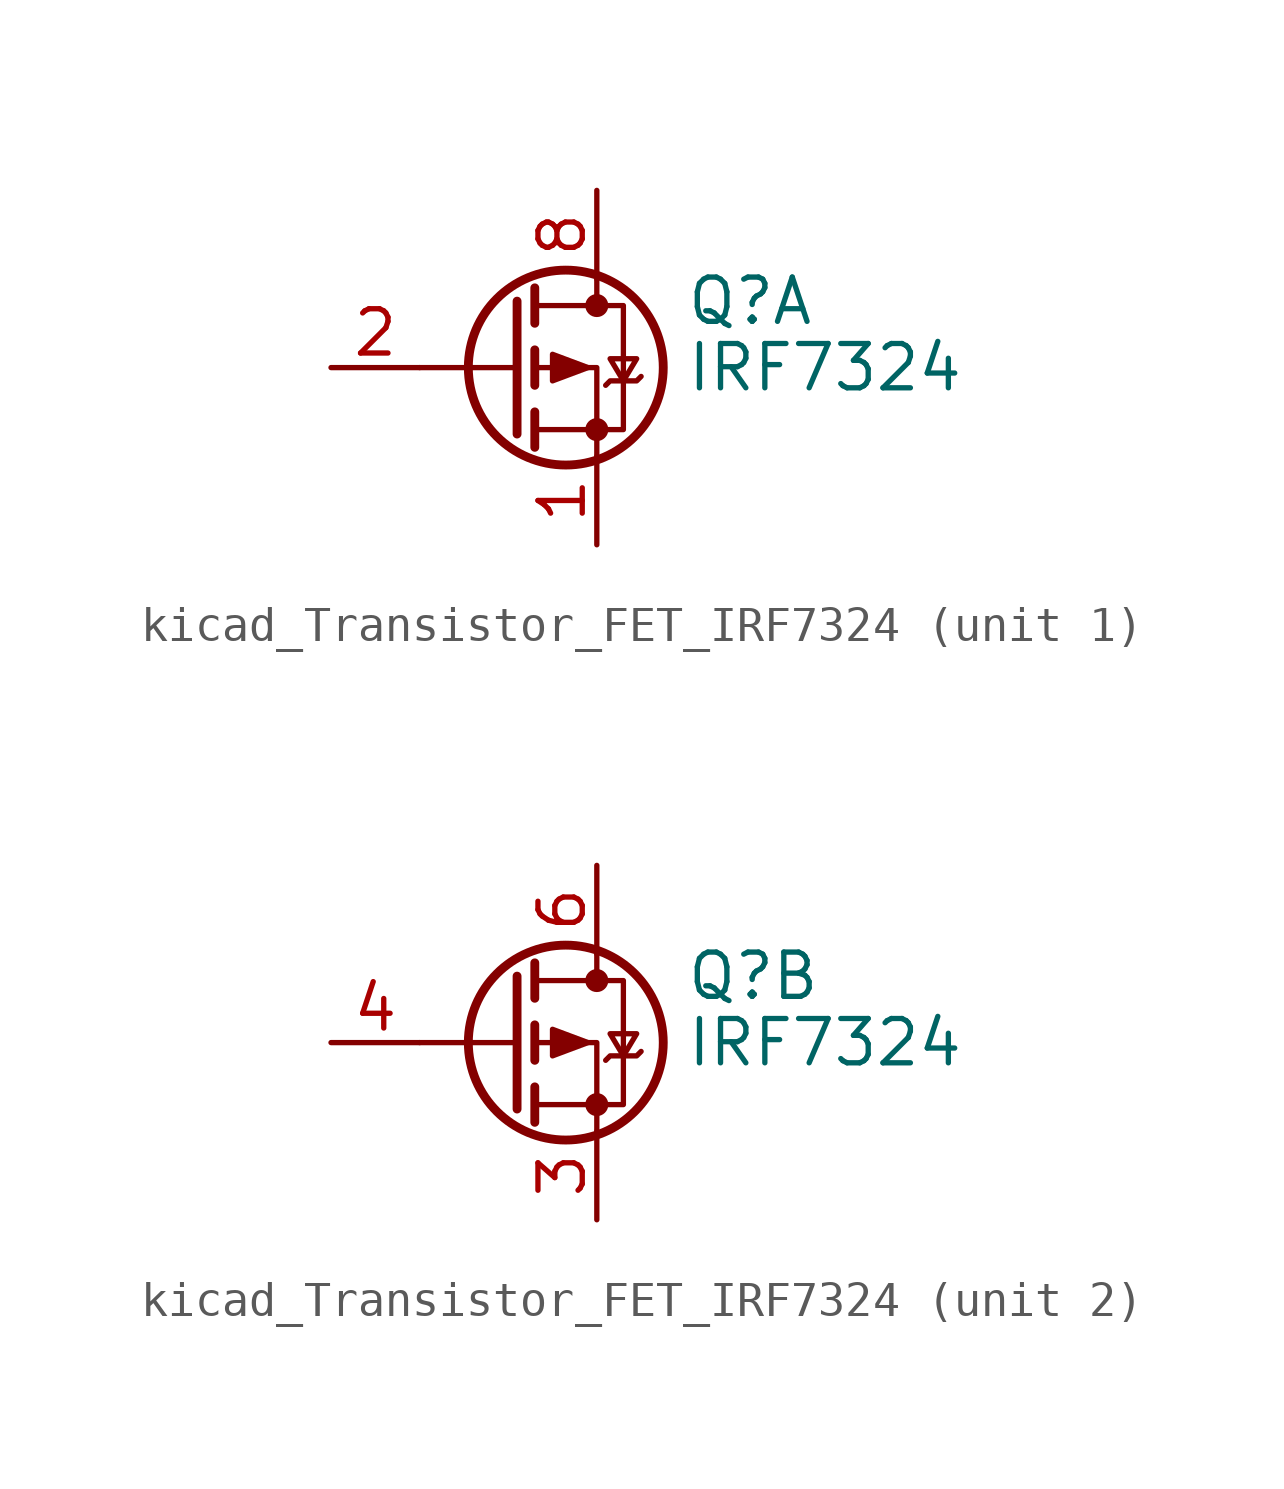
<source format=kicad_sym>
(kicad_symbol_lib
  (version 20220914)
  (generator kicad_symbol_editor)
  (symbol "kicad_Transistor_FET_IRF7324"
    (pin_names hide)
    (property "Reference" "Q"
      (at 5.08 1.905 0)
      (effects (font (size 1.27 1.27)) (justify left)))
    (property "Value" "IRF7324"
      (at 5.08 0 0)
      (effects (font (size 1.27 1.27)) (justify left)))
    (symbol "kicad_Transistor_FET_IRF7324_0_1"
      (polyline (pts (xy 0.254 0) (xy -2.54 0)) (stroke (width 0) (type default)) (fill (type none)))
      (polyline (pts (xy 0.254 1.905) (xy 0.254 -1.905)) (stroke (width 0.254) (type default)) (fill (type none)))
      (polyline (pts (xy 0.762 -1.27) (xy 0.762 -2.286)) (stroke (width 0.254) (type default)) (fill (type none)))
      (polyline (pts (xy 0.762 0.508) (xy 0.762 -0.508)) (stroke (width 0.254) (type default)) (fill (type none)))
      (polyline (pts (xy 0.762 2.286) (xy 0.762 1.27)) (stroke (width 0.254) (type default)) (fill (type none)))
      (polyline (pts (xy 2.54 2.54) (xy 2.54 1.778)) (stroke (width 0) (type default)) (fill (type none)))
      (polyline (pts (xy 2.54 -2.54) (xy 2.54 0) (xy 0.762 0)) (stroke (width 0) (type default)) (fill (type none)))
      (polyline (pts (xy 0.762 1.778) (xy 3.302 1.778) (xy 3.302 -1.778) (xy 0.762 -1.778)) (stroke (width 0) (type default)) (fill (type none)))
      (polyline (pts (xy 2.286 0) (xy 1.27 0.381) (xy 1.27 -0.381) (xy 2.286 0)) (stroke (width 0) (type default)) (fill (type outline)))
      (polyline (pts (xy 2.794 -0.508) (xy 2.921 -0.381) (xy 3.683 -0.381) (xy 3.81 -0.254)) (stroke (width 0) (type default)) (fill (type none)))
      (polyline (pts (xy 3.302 -0.381) (xy 2.921 0.254) (xy 3.683 0.254) (xy 3.302 -0.381)) (stroke (width 0) (type default)) (fill (type none)))
      (circle (center 1.651 0) (radius 2.794) (stroke (width 0.254) (type default)) (fill (type none)))
      (circle (center 2.54 -1.778) (radius 0.254) (stroke (width 0) (type default)) (fill (type outline)))
      (circle (center 2.54 1.778) (radius 0.254) (stroke (width 0) (type default)) (fill (type outline))))
    (symbol "kicad_Transistor_FET_IRF7324_1_1"
      (pin passive line (at 2.54 -5.08 90) (length 2.54) (name "S1" (effects (font (size 1.27 1.27)))) (number "1" (effects (font (size 1.27 1.27)))))
      (pin input line (at -5.08 0 0) (length 2.54) (name "G1" (effects (font (size 1.27 1.27)))) (number "2" (effects (font (size 1.27 1.27)))))
      (pin passive line (at 2.54 5.08 270) (length 2.54) hide (name "D1" (effects (font (size 1.27 1.27)))) (number "7" (effects (font (size 1.27 1.27)))))
      (pin passive line (at 2.54 5.08 270) (length 2.54) (name "D1" (effects (font (size 1.27 1.27)))) (number "8" (effects (font (size 1.27 1.27))))))
    (symbol "kicad_Transistor_FET_IRF7324_2_1"
      (pin passive line (at 2.54 -5.08 90) (length 2.54) (name "S2" (effects (font (size 1.27 1.27)))) (number "3" (effects (font (size 1.27 1.27)))))
      (pin input line (at -5.08 0 0) (length 2.54) (name "G2" (effects (font (size 1.27 1.27)))) (number "4" (effects (font (size 1.27 1.27)))))
      (pin passive line (at 2.54 5.08 270) (length 2.54) hide (name "D2" (effects (font (size 1.27 1.27)))) (number "5" (effects (font (size 1.27 1.27)))))
      (pin passive line (at 2.54 5.08 270) (length 2.54) (name "D2" (effects (font (size 1.27 1.27)))) (number "6" (effects (font (size 1.27 1.27))))))))
</source>
